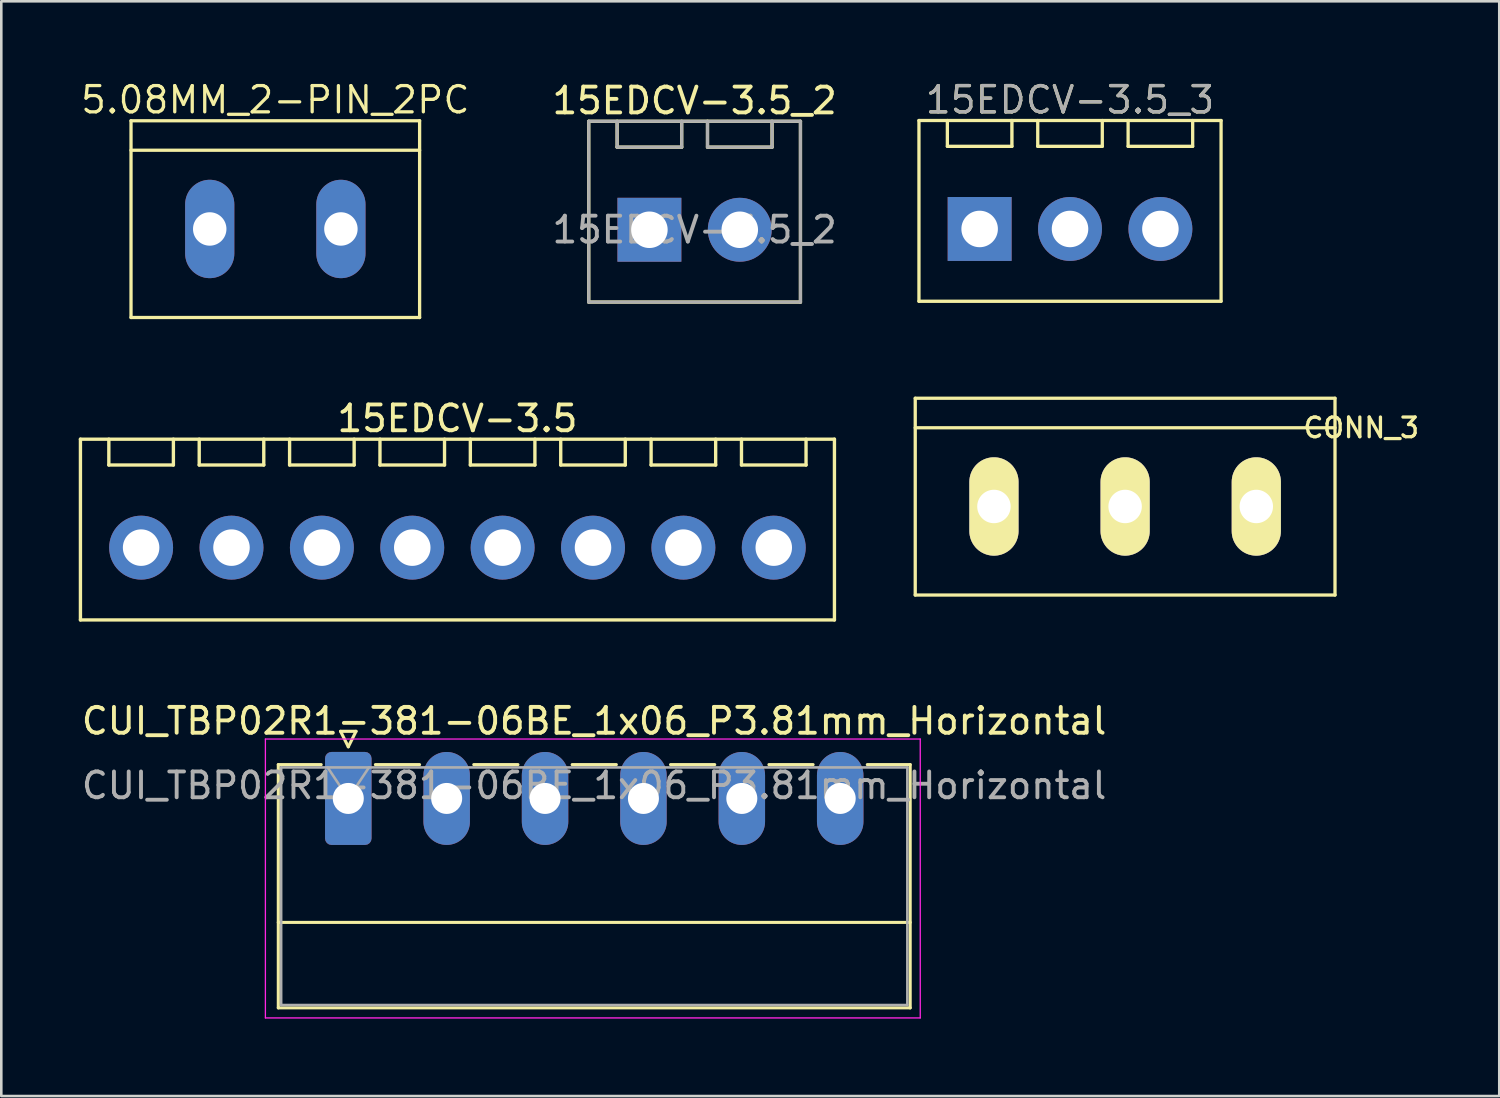
<source format=kicad_pcb>
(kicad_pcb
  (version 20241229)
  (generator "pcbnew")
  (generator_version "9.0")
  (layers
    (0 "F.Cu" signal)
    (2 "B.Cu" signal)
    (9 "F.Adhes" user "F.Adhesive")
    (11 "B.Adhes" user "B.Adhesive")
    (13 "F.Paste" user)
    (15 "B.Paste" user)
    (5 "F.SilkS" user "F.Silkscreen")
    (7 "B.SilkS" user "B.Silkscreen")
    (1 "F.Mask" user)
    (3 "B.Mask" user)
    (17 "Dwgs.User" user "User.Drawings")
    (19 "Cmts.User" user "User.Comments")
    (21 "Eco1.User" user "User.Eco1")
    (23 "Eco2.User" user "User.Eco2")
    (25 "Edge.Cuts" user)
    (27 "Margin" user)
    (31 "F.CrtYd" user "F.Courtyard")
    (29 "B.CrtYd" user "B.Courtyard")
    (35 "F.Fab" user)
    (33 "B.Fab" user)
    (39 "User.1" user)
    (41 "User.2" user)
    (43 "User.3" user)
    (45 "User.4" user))
  (footprint "15EDCV-3.5_2"
    (layer "F.Cu")
    (at 23.849 5.848)
    (property "Reference" "15EDCV-3.5_2" (at 0 -5 0) (layer "F.SilkS") (effects (font (size 1 1) (thickness 0.15))))
    (attr through_hole)
    (fp_line (start -4.1 -4.2) (end -4.1 2.8) (stroke (width 0.13) (type solid)) (layer "F.SilkS"))
    (fp_line (start -4.1 -4.2) (end 4.1 -4.2) (stroke (width 0.13) (type solid)) (layer "F.SilkS"))
    (fp_line (start -4.1 2.8) (end 4.1 2.8) (stroke (width 0.13) (type solid)) (layer "F.SilkS"))
    (fp_line (start -3 -4.2) (end -3 -3.2) (stroke (width 0.13) (type solid)) (layer "F.SilkS"))
    (fp_line (start -3 -3.2) (end -0.5 -3.2) (stroke (width 0.13) (type solid)) (layer "F.SilkS"))
    (fp_line (start -0.5 -3.2) (end -0.5 -4.2) (stroke (width 0.13) (type solid)) (layer "F.SilkS"))
    (fp_line (start 0.5 -4.2) (end 0.5 -3.2) (stroke (width 0.13) (type solid)) (layer "F.SilkS"))
    (fp_line (start 0.5 -3.2) (end 3 -3.2) (stroke (width 0.13) (type solid)) (layer "F.SilkS"))
    (fp_line (start 3 -3.2) (end 3 -4.2) (stroke (width 0.13) (type solid)) (layer "F.SilkS"))
    (fp_line (start 4.1 2.8) (end 4.1 -4.2) (stroke (width 0.13) (type solid)) (layer "F.SilkS"))
    (fp_line (start -4.1 -4.2) (end 4.1 -4.2) (stroke (width 0.12) (type solid)) (layer "F.Fab"))
    (fp_line (start -4.1 2.8) (end -4.1 -4.2) (stroke (width 0.12) (type solid)) (layer "F.Fab"))
    (fp_line (start -3 -4.2) (end -3 -3.2) (stroke (width 0.12) (type solid)) (layer "F.Fab"))
    (fp_line (start -3 -3.2) (end -0.5 -3.2) (stroke (width 0.12) (type solid)) (layer "F.Fab"))
    (fp_line (start -0.5 -3.2) (end -0.5 -4.2) (stroke (width 0.12) (type solid)) (layer "F.Fab"))
    (fp_line (start 0.5 -4.2) (end 0.5 -3.2) (stroke (width 0.12) (type solid)) (layer "F.Fab"))
    (fp_line (start 0.5 -3.2) (end 3 -3.2) (stroke (width 0.12) (type solid)) (layer "F.Fab"))
    (fp_line (start 3 -3.2) (end 3 -4.2) (stroke (width 0.12) (type solid)) (layer "F.Fab"))
    (fp_line (start 4.1 -4.2) (end 4.1 2.8) (stroke (width 0.12) (type solid)) (layer "F.Fab"))
    (fp_line (start 4.1 2.8) (end -4.1 2.8) (stroke (width 0.12) (type solid)) (layer "F.Fab"))
    (fp_text user "${REFERENCE}" (at 0 0 0) (layer "F.Fab") (effects (font (size 1 1) (thickness 0.15))))
    (pad "1" thru_hole rect (at -1.75 0) (size 2.475 2.475) (drill 1.414) (layers "*.Cu" "*.Mask"))
    (pad "2" thru_hole circle (at 1.75 0) (size 2.475 2.475) (drill 1.414) (layers "*.Cu" "*.Mask")))
  (footprint "15EDCV-3.5_3"
    (layer "F.Cu")
    (at 38.388 5.817)
    (property "Reference" "15EDCV-3.5_3" (at 0 -5 0) (layer "F.SilkS") (effects (font (size 1.016 1.016) (thickness 0.127))))
    (attr through_hole)
    (fp_line (start -5.85 -4.2) (end -5.85 2.8) (stroke (width 0.127) (type solid)) (layer "F.SilkS"))
    (fp_line (start -5.85 -4.2) (end 5.85 -4.2) (stroke (width 0.127) (type solid)) (layer "F.SilkS"))
    (fp_line (start -5.85 2.8) (end 5.85 2.8) (stroke (width 0.127) (type solid)) (layer "F.SilkS"))
    (fp_line (start -4.75 -4.2) (end -4.75 -3.2) (stroke (width 0.127) (type solid)) (layer "F.SilkS"))
    (fp_line (start -4.75 -3.2) (end -2.25 -3.2) (stroke (width 0.127) (type solid)) (layer "F.SilkS"))
    (fp_line (start -2.25 -3.2) (end -2.25 -4.2) (stroke (width 0.13) (type solid)) (layer "F.SilkS"))
    (fp_line (start -1.25 -4.2) (end -1.25 -3.2) (stroke (width 0.127) (type solid)) (layer "F.SilkS"))
    (fp_line (start -1.25 -3.2) (end 1.25 -3.2) (stroke (width 0.127) (type solid)) (layer "F.SilkS"))
    (fp_line (start 1.25 -3.2) (end 1.25 -4.2) (stroke (width 0.127) (type solid)) (layer "F.SilkS"))
    (fp_line (start 2.25 -4.2) (end 2.25 -3.2) (stroke (width 0.127) (type solid)) (layer "F.SilkS"))
    (fp_line (start 2.25 -3.2) (end 4.75 -3.2) (stroke (width 0.127) (type solid)) (layer "F.SilkS"))
    (fp_line (start 4.75 -3.2) (end 4.75 -4.2) (stroke (width 0.127) (type solid)) (layer "F.SilkS"))
    (fp_line (start 5.85 -4.2) (end 5.85 2.8) (stroke (width 0.127) (type solid)) (layer "F.SilkS"))
    (fp_text user "${REFERENCE}" (at 0 -5 0) (layer "F.Fab") (effects (font (size 1.016 1.016) (thickness 0.127))))
    (pad "1" thru_hole rect (at -3.5 0) (size 2.475 2.475) (drill 1.414) (layers "*.Cu" "*.Mask"))
    (pad "2" thru_hole circle (at 0 0) (size 2.475 2.475) (drill 1.414) (layers "*.Cu" "*.Mask"))
    (pad "3" thru_hole circle (at 3.5 0) (size 2.475 2.475) (drill 1.414) (layers "*.Cu" "*.Mask")))
  (footprint "5.08MM_2-PIN_2PC"
    (layer "F.Cu")
    (at 7.612 5.817)
    (property "Reference" "5.08MM_2-PIN_2PC" (at 0 -5 0) (layer "F.SilkS") (effects (font (size 1.016 1.016) (thickness 0.127))))
    (attr exclude_from_pos_files exclude_from_bom)
    (fp_line (start -5.588 -4.191) (end 5.588 -4.191) (stroke (width 0.127) (type solid)) (layer "F.SilkS"))
    (fp_line (start -5.588 -3.048) (end 5.588 -3.048) (stroke (width 0.127) (type solid)) (layer "F.SilkS"))
    (fp_line (start -5.588 3.429) (end -5.588 -4.191) (stroke (width 0.127) (type solid)) (layer "F.SilkS"))
    (fp_line (start 5.588 -4.191) (end 5.588 3.429) (stroke (width 0.127) (type solid)) (layer "F.SilkS"))
    (fp_line (start 5.588 3.429) (end -5.588 3.429) (stroke (width 0.127) (type solid)) (layer "F.SilkS"))
    (pad "1" thru_hole oval (at -2.54 0) (size 1.905 3.81) (drill 1.295) (layers "*.Cu" "*.Mask"))
    (pad "2" thru_hole oval (at 2.54 0) (size 1.905 3.81) (drill 1.295) (layers "*.Cu" "*.Mask")))
  (footprint "CUI_TBP02R1-381-06BE_1x06_P3.81mm_Horizontal"
    (layer "F.Cu")
    (at 10.438 27.871)
    (property "Reference" "CUI_TBP02R1-381-06BE_1x06_P3.81mm_Horizontal" (at 9.52 -3 0) (layer "F.SilkS") (effects (font (size 1 1) (thickness 0.15))))
    (attr through_hole)
    (fp_line (start -2.71 -1.31) (end -2.71 8.11) (stroke (width 0.12) (type solid)) (layer "F.SilkS"))
    (fp_line (start -2.71 -1.31) (end -1.05 -1.31) (stroke (width 0.12) (type solid)) (layer "F.SilkS"))
    (fp_line (start -2.71 4.8) (end 21.76 4.8) (stroke (width 0.12) (type solid)) (layer "F.SilkS"))
    (fp_line (start -2.71 8.11) (end 21.76 8.11) (stroke (width 0.12) (type solid)) (layer "F.SilkS"))
    (fp_line (start -0.3 -2.6) (end 0.3 -2.6) (stroke (width 0.12) (type solid)) (layer "F.SilkS"))
    (fp_line (start 0 -2) (end -0.3 -2.6) (stroke (width 0.12) (type solid)) (layer "F.SilkS"))
    (fp_line (start 0.3 -2.6) (end 0 -2) (stroke (width 0.12) (type solid)) (layer "F.SilkS"))
    (fp_line (start 1.05 -1.31) (end 2.76 -1.31) (stroke (width 0.12) (type solid)) (layer "F.SilkS"))
    (fp_line (start 4.86 -1.31) (end 6.57 -1.31) (stroke (width 0.12) (type solid)) (layer "F.SilkS"))
    (fp_line (start 8.67 -1.31) (end 10.38 -1.31) (stroke (width 0.12) (type solid)) (layer "F.SilkS"))
    (fp_line (start 12.48 -1.31) (end 14.19 -1.31) (stroke (width 0.12) (type solid)) (layer "F.SilkS"))
    (fp_line (start 16.29 -1.31) (end 18 -1.31) (stroke (width 0.12) (type solid)) (layer "F.SilkS"))
    (fp_line (start 21.76 -1.31) (end 20.1 -1.31) (stroke (width 0.12) (type solid)) (layer "F.SilkS"))
    (fp_line (start 21.76 8.11) (end 21.76 -1.31) (stroke (width 0.12) (type solid)) (layer "F.SilkS"))
    (fp_line (start -3.21 -2.3) (end -3.21 8.5) (stroke (width 0.05) (type solid)) (layer "F.CrtYd"))
    (fp_line (start -3.21 8.5) (end 22.15 8.5) (stroke (width 0.05) (type solid)) (layer "F.CrtYd"))
    (fp_line (start 22.15 -2.3) (end -3.21 -2.3) (stroke (width 0.05) (type solid)) (layer "F.CrtYd"))
    (fp_line (start 22.15 8.5) (end 22.15 -2.3) (stroke (width 0.05) (type solid)) (layer "F.CrtYd"))
    (fp_line (start -2.6 -1.2) (end -2.6 8) (stroke (width 0.1) (type solid)) (layer "F.Fab"))
    (fp_line (start -2.6 8) (end 21.65 8) (stroke (width 0.1) (type solid)) (layer "F.Fab"))
    (fp_line (start 0 0) (end -0.8 -1.2) (stroke (width 0.1) (type solid)) (layer "F.Fab"))
    (fp_line (start 0.8 -1.2) (end 0 0) (stroke (width 0.1) (type solid)) (layer "F.Fab"))
    (fp_line (start 21.65 -1.2) (end -2.6 -1.2) (stroke (width 0.1) (type solid)) (layer "F.Fab"))
    (fp_line (start 21.65 8) (end 21.65 -1.2) (stroke (width 0.1) (type solid)) (layer "F.Fab"))
    (fp_text user "${REFERENCE}" (at 9.52 -0.5 0) (layer "F.Fab") (effects (font (size 1 1) (thickness 0.15))))
    (pad "1" thru_hole roundrect (at 0 0) (size 1.8 3.6) (drill 1.2) (layers "*.Cu" "*.Mask") (roundrect_rratio 0.139))
    (pad "2" thru_hole oval (at 3.81 0) (size 1.8 3.6) (drill 1.2) (layers "*.Cu" "*.Mask"))
    (pad "3" thru_hole oval (at 7.62 0) (size 1.8 3.6) (drill 1.2) (layers "*.Cu" "*.Mask"))
    (pad "4" thru_hole oval (at 11.43 0) (size 1.8 3.6) (drill 1.2) (layers "*.Cu" "*.Mask"))
    (pad "5" thru_hole oval (at 15.24 0) (size 1.8 3.6) (drill 1.2) (layers "*.Cu" "*.Mask"))
    (pad "6" thru_hole oval (at 19.05 0) (size 1.8 3.6) (drill 1.2) (layers "*.Cu" "*.Mask")))
  (footprint "15EDCV-3.5"
    (layer "F.Cu")
    (at 14.665 18.158)
    (property "Reference" "15EDCV-3.5" (at 0 -5 0) (layer "F.SilkS") (effects (font (size 1 1) (thickness 0.15))))
    (attr through_hole)
    (fp_line (start -14.6 -4.2) (end -14.6 2.8) (stroke (width 0.13) (type solid)) (layer "F.SilkS"))
    (fp_line (start -14.6 -4.2) (end 14.6 -4.2) (stroke (width 0.13) (type solid)) (layer "F.SilkS"))
    (fp_line (start -14.6 2.8) (end 14.6 2.8) (stroke (width 0.13) (type solid)) (layer "F.SilkS"))
    (fp_line (start -13.5 -4.2) (end -13.5 -3.2) (stroke (width 0.13) (type solid)) (layer "F.SilkS"))
    (fp_line (start -13.5 -3.2) (end -11 -3.2) (stroke (width 0.13) (type solid)) (layer "F.SilkS"))
    (fp_line (start -11 -3.2) (end -11 -4.2) (stroke (width 0.13) (type solid)) (layer "F.SilkS"))
    (fp_line (start -10 -4.2) (end -10 -3.2) (stroke (width 0.13) (type solid)) (layer "F.SilkS"))
    (fp_line (start -10 -3.2) (end -7.5 -3.2) (stroke (width 0.13) (type solid)) (layer "F.SilkS"))
    (fp_line (start -7.5 -3.2) (end -7.5 -4.2) (stroke (width 0.13) (type solid)) (layer "F.SilkS"))
    (fp_line (start -6.5 -4.2) (end -6.5 -3.2) (stroke (width 0.13) (type solid)) (layer "F.SilkS"))
    (fp_line (start -6.5 -3.2) (end -4 -3.2) (stroke (width 0.13) (type solid)) (layer "F.SilkS"))
    (fp_line (start -4 -3.2) (end -4 -4.2) (stroke (width 0.13) (type solid)) (layer "F.SilkS"))
    (fp_line (start -3 -4.2) (end -3 -3.2) (stroke (width 0.13) (type solid)) (layer "F.SilkS"))
    (fp_line (start -3 -3.2) (end -0.5 -3.2) (stroke (width 0.13) (type solid)) (layer "F.SilkS"))
    (fp_line (start -0.5 -3.2) (end -0.5 -4.2) (stroke (width 0.13) (type solid)) (layer "F.SilkS"))
    (fp_line (start 0.5 -4.2) (end 0.5 -3.2) (stroke (width 0.13) (type solid)) (layer "F.SilkS"))
    (fp_line (start 0.5 -3.2) (end 3 -3.2) (stroke (width 0.13) (type solid)) (layer "F.SilkS"))
    (fp_line (start 3 -3.2) (end 3 -4.2) (stroke (width 0.13) (type solid)) (layer "F.SilkS"))
    (fp_line (start 4 -4.2) (end 4 -3.2) (stroke (width 0.13) (type solid)) (layer "F.SilkS"))
    (fp_line (start 4 -3.2) (end 6.5 -3.2) (stroke (width 0.13) (type solid)) (layer "F.SilkS"))
    (fp_line (start 6.5 -3.2) (end 6.5 -4.2) (stroke (width 0.13) (type solid)) (layer "F.SilkS"))
    (fp_line (start 7.5 -4.2) (end 7.5 -3.2) (stroke (width 0.13) (type solid)) (layer "F.SilkS"))
    (fp_line (start 7.5 -3.2) (end 10 -3.2) (stroke (width 0.13) (type solid)) (layer "F.SilkS"))
    (fp_line (start 10 -3.2) (end 10 -4.2) (stroke (width 0.13) (type solid)) (layer "F.SilkS"))
    (fp_line (start 11 -4.2) (end 11 -3.2) (stroke (width 0.13) (type solid)) (layer "F.SilkS"))
    (fp_line (start 11 -3.2) (end 13.5 -3.2) (stroke (width 0.13) (type solid)) (layer "F.SilkS"))
    (fp_line (start 13.5 -3.2) (end 13.5 -4.2) (stroke (width 0.13) (type solid)) (layer "F.SilkS"))
    (fp_line (start 14.6 2.8) (end 14.6 -4.2) (stroke (width 0.13) (type solid)) (layer "F.SilkS"))
    (pad "1" thru_hole circle (at -12.25 0) (size 2.475 2.475) (drill 1.414) (layers "*.Cu" "*.Mask"))
    (pad "2" thru_hole circle (at -8.75 0) (size 2.475 2.475) (drill 1.414) (layers "*.Cu" "*.Mask"))
    (pad "3" thru_hole circle (at -5.25 0) (size 2.475 2.475) (drill 1.414) (layers "*.Cu" "*.Mask"))
    (pad "4" thru_hole circle (at -1.75 0) (size 2.475 2.475) (drill 1.414) (layers "*.Cu" "*.Mask"))
    (pad "5" thru_hole circle (at 1.75 0) (size 2.475 2.475) (drill 1.414) (layers "*.Cu" "*.Mask"))
    (pad "6" thru_hole circle (at 5.25 0) (size 2.475 2.475) (drill 1.414) (layers "*.Cu" "*.Mask"))
    (pad "7" thru_hole circle (at 8.75 0) (size 2.475 2.475) (drill 1.414) (layers "*.Cu" "*.Mask"))
    (pad "8" thru_hole circle (at 12.25 0) (size 2.475 2.475) (drill 1.414) (layers "*.Cu" "*.Mask")))
  (footprint "CONN_3"
    (layer "F.Cu")
    (at 40.522 16.564)
    (property "Reference" "CONN_3" (at 9.144 -3.048 0) (layer "F.SilkS") (effects (font (size 0.762 0.762) (thickness 0.127))))
    (attr exclude_from_pos_files exclude_from_bom)
    (fp_line (start -8.128 -3.048) (end 8.128 -3.048) (stroke (width 0.127) (type solid)) (layer "F.SilkS"))
    (fp_line (start -8.128 3.429) (end -8.128 -4.191) (stroke (width 0.127) (type solid)) (layer "F.SilkS"))
    (fp_line (start -8.128 3.429) (end 8.128 3.429) (stroke (width 0.127) (type solid)) (layer "F.SilkS"))
    (fp_line (start 8.128 -4.191) (end -8.128 -4.191) (stroke (width 0.127) (type solid)) (layer "F.SilkS"))
    (fp_line (start 8.128 -4.191) (end 8.128 3.429) (stroke (width 0.127) (type solid)) (layer "F.SilkS"))
    (pad "1" thru_hole oval (at -5.08 0) (size 1.905 3.81) (drill 1.295) (layers "*.Cu" "F.Mask" "F.SilkS" "F.Paste"))
    (pad "2" thru_hole oval (at 0 0) (size 1.905 3.81) (drill 1.295) (layers "*.Cu" "F.Mask" "F.SilkS" "F.Paste"))
    (pad "3" thru_hole oval (at 5.08 0) (size 1.905 3.81) (drill 1.295) (layers "*.Cu" "F.Mask" "F.SilkS" "F.Paste")))
  (gr_rect
    (start -3 -3)
    (end 55.011 39.396)
    (stroke (width 0.1) (type default))
    (fill no)
    (layer "Edge.Cuts")))
</source>
